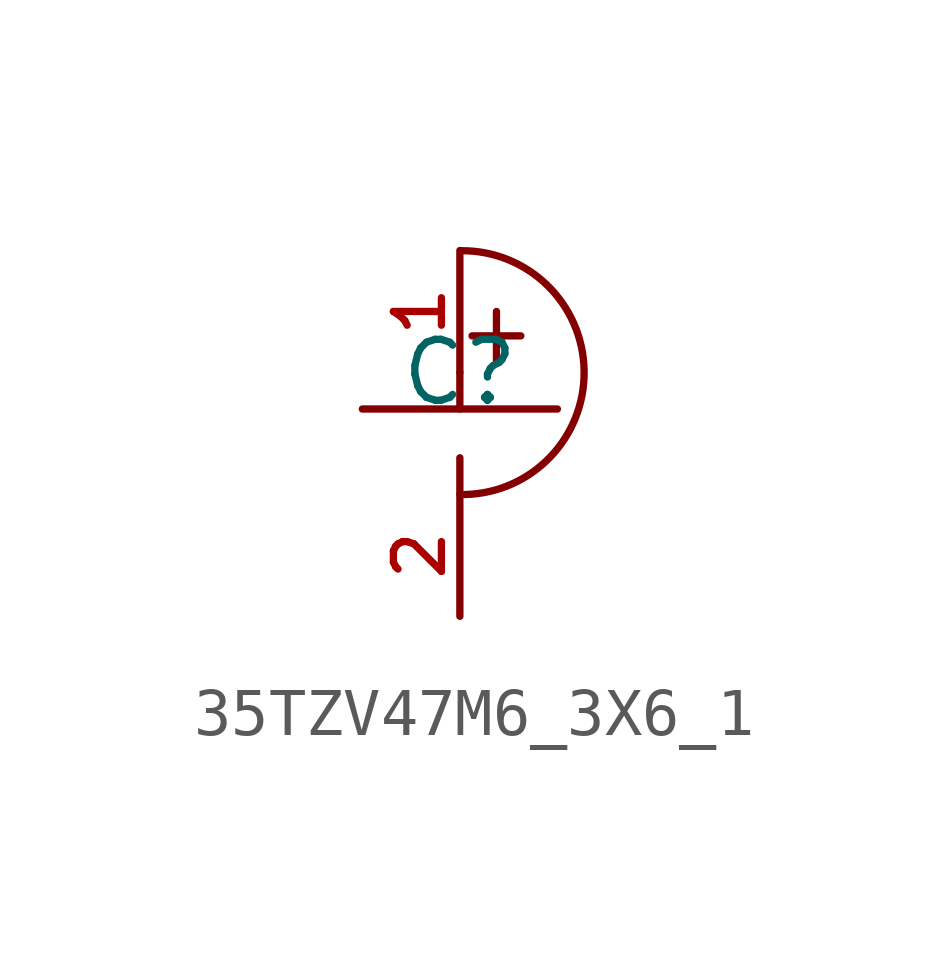
<source format=kicad_sym>
(kicad_symbol_lib
  (version 20210201)
  (generator TousstNicolas/JLC2KiCad_lib)
  (symbol "35TZV47M6_3X6_1"
    (pin_names hide)
    (property "Reference" "C"
      (at 0 1.27 0)
      (effects (font (size 1.27 1.27))))
    (symbol "35TZV47M6_3X6_1_0_1"
      (polyline (pts (xy 2.032 0.508) (xy -2.032 0.508)) (stroke (width 0) (type default) (color 0 0 0 0)) (fill (type none)))
      (pin input line (at 0.0 3.81 270) (length 2.54) (name "1" (effects (font (size 1 1)))) (number "1" (effects (font (size 1 1)))))
      (pin input line (at 0.0 -3.81 90) (length 2.54) (name "2" (effects (font (size 1 1)))) (number "2" (effects (font (size 1 1)))))
      (polyline (pts (xy 0.0 1.27) (xy 0.0 0.508)) (stroke (width 0) (type default) (color 0 0 0 0)) (fill (type none)))
      (polyline (pts (xy 0.0 -0.508) (xy 0.0 -1.27)) (stroke (width 0) (type default) (color 0 0 0 0)) (fill (type none)))
      (arc (start 0.10077821573985533 -1.273615365607729) (mid -2.479482777342552 1.2254854367874508) (end 0.019618025052627653 3.805746429869858) (stroke (width 0) (type default) (color 0 0 0 0)) (fill (type none)))
      (polyline (pts (xy 0.762 2.54) (xy 0.762 1.524)) (stroke (width 0) (type default) (color 0 0 0 0)) (fill (type none)))
      (polyline (pts (xy 1.27 2.032) (xy 0.254 2.032)) (stroke (width 0) (type default) (color 0 0 0 0)) (fill (type none))))))
</source>
